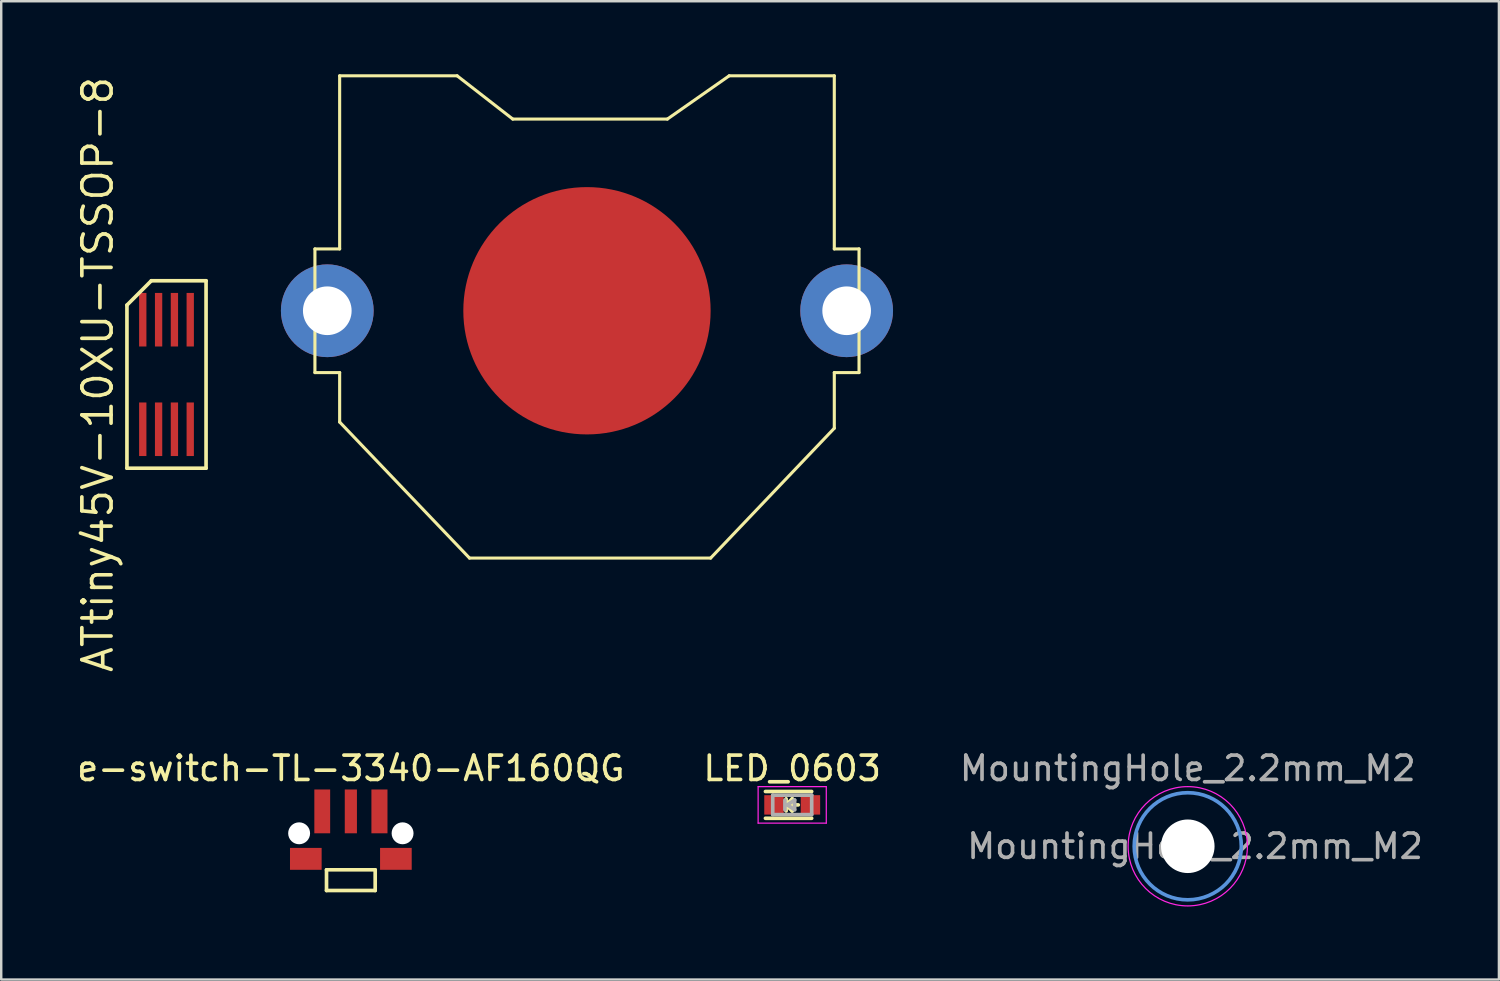
<source format=kicad_pcb>
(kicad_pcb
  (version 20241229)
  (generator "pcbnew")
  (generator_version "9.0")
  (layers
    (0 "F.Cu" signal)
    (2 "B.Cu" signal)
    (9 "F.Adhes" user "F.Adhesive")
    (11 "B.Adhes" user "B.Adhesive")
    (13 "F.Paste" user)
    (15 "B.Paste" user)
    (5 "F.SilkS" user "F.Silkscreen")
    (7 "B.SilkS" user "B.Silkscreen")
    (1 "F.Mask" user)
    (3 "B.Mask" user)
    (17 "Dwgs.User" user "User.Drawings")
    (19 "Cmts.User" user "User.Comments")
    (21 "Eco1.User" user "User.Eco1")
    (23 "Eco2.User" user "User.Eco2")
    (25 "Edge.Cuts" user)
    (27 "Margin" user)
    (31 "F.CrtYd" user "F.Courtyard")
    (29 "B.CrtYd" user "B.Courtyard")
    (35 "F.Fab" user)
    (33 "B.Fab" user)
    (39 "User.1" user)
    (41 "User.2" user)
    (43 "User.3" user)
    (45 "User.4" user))
  (footprint "MountingHole_2.2mm_M2"
    (layer "F.Cu")
    (at 45.744 31.715)
    (property "Reference" "MountingHole_2.2mm_M2" (at 0 -3.2 0) (layer "F.Fab") (effects (font (size 1 1) (thickness 0.15))))
    (attr exclude_from_pos_files exclude_from_bom)
    (fp_circle (center 0 0) (end 2.2 0) (stroke (width 0.15) (type solid)) (fill no) (layer "Cmts.User"))
    (fp_circle (center 0 0) (end 2.45 0) (stroke (width 0.05) (type solid)) (fill no) (layer "F.CrtYd"))
    (fp_text user "${REFERENCE}" (at 0.3 0 0) (layer "F.Fab") (effects (font (size 1 1) (thickness 0.15))))
    (pad "" np_thru_hole circle (at 0 0) (size 2.2 2.2) (drill 2.2) (layers "*.Cu" "*.Mask")))
  (footprint "e-switch-TL-3340-AF160QG"
    (layer "F.Cu")
    (at 11.363 31.182)
    (property "Reference" "e-switch-TL-3340-AF160QG" (at 0 -2.667 0) (layer "F.SilkS") (effects (font (size 1 1) (thickness 0.15))))
    (attr through_hole)
    (fp_line (start -1 1.5) (end -1 2.35) (stroke (width 0.15) (type solid)) (layer "F.SilkS"))
    (fp_line (start -1 1.5) (end 1 1.5) (stroke (width 0.15) (type solid)) (layer "F.SilkS"))
    (fp_line (start -1 2.35) (end 1 2.35) (stroke (width 0.15) (type solid)) (layer "F.SilkS"))
    (fp_line (start 1 1.5) (end 1 2.35) (stroke (width 0.15) (type solid)) (layer "F.SilkS"))
    (pad "" np_thru_hole circle (at -2.125 0) (size 0.9 0.9) (drill 0.9) (layers "*.Cu" "*.Mask"))
    (pad "" smd rect (at -1.85 1.05) (size 1.3 0.9) (layers "F.Cu" "F.Mask" "F.Paste"))
    (pad "" smd rect (at 1.85 1.05) (size 1.3 0.9) (layers "F.Cu" "F.Mask" "F.Paste"))
    (pad "" np_thru_hole circle (at 2.125 0) (size 0.9 0.9) (drill 0.9) (layers "*.Cu" "*.Mask"))
    (pad "1" smd rect (at -1.175 -0.9) (size 0.65 1.8) (layers "F.Cu" "F.Mask" "F.Paste"))
    (pad "1" smd rect (at 1.175 -0.9) (size 0.66 1.8) (layers "F.Cu" "F.Mask" "F.Paste"))
    (pad "2" smd rect (at 0 -0.9) (size 0.5 1.8) (layers "F.Cu" "F.Mask" "F.Paste")))
  (footprint "LED_0603"
    (layer "F.Cu")
    (at 29.494 30.015)
    (property "Reference" "LED_0603" (at 0 -1.5 0) (layer "F.SilkS") (effects (font (size 1 1) (thickness 0.15))))
    (attr smd)
    (fp_line (start -1.1 -0.55) (end 0.8 -0.55) (stroke (width 0.15) (type solid)) (layer "F.SilkS"))
    (fp_line (start -1.1 0.55) (end 0.8 0.55) (stroke (width 0.15) (type solid)) (layer "F.SilkS"))
    (fp_line (start -0.25 -0.25) (end -0.25 0.25) (stroke (width 0.15) (type solid)) (layer "F.SilkS"))
    (fp_line (start -0.25 0) (end 0 -0.25) (stroke (width 0.15) (type solid)) (layer "F.SilkS"))
    (fp_line (start -0.2 0) (end 0.25 0) (stroke (width 0.15) (type solid)) (layer "F.SilkS"))
    (fp_line (start 0 -0.25) (end 0 0.25) (stroke (width 0.15) (type solid)) (layer "F.SilkS"))
    (fp_line (start 0 0.25) (end -0.25 0) (stroke (width 0.15) (type solid)) (layer "F.SilkS"))
    (fp_line (start -1.4 -0.75) (end 1.4 -0.75) (stroke (width 0.05) (type solid)) (layer "F.CrtYd"))
    (fp_line (start -1.4 0.75) (end -1.4 -0.75) (stroke (width 0.05) (type solid)) (layer "F.CrtYd"))
    (fp_line (start 1.4 -0.75) (end 1.4 0.75) (stroke (width 0.05) (type solid)) (layer "F.CrtYd"))
    (fp_line (start 1.4 0.75) (end -1.4 0.75) (stroke (width 0.05) (type solid)) (layer "F.CrtYd"))
    (fp_line (start -0.8 -0.4) (end 0.8 -0.4) (stroke (width 0.15) (type solid)) (layer "F.Fab"))
    (fp_line (start -0.8 0.4) (end -0.8 -0.4) (stroke (width 0.15) (type solid)) (layer "F.Fab"))
    (fp_line (start -0.3 -0.2) (end -0.3 0.2) (stroke (width 0.15) (type solid)) (layer "F.Fab"))
    (fp_line (start -0.2 0) (end 0.1 -0.2) (stroke (width 0.15) (type solid)) (layer "F.Fab"))
    (fp_line (start 0.1 -0.2) (end 0.1 0.2) (stroke (width 0.15) (type solid)) (layer "F.Fab"))
    (fp_line (start 0.1 0.2) (end -0.2 0) (stroke (width 0.15) (type solid)) (layer "F.Fab"))
    (fp_line (start 0.8 -0.4) (end 0.8 0.4) (stroke (width 0.15) (type solid)) (layer "F.Fab"))
    (fp_line (start 0.8 0.4) (end -0.8 0.4) (stroke (width 0.15) (type solid)) (layer "F.Fab"))
    (pad "1" smd rect (at -0.749 0 180) (size 0.798 0.798) (layers "F.Cu" "F.Mask" "F.Paste"))
    (pad "2" smd rect (at 0.749 0 180) (size 0.798 0.798) (layers "F.Cu" "F.Mask" "F.Paste")))
  (footprint "ATtiny45V-10XU-TSSOP-8"
    (layer "F.Cu")
    (at 3.79 12.334)
    (property "Reference" "ATtiny45V-10XU-TSSOP-8" (at -2.825 0 90) (layer "F.SilkS") (effects (font (size 1.2 1.2) (thickness 0.15))))
    (attr through_hole)
    (fp_line (start -1.625 -2.85) (end -1.625 3.85) (stroke (width 0.15) (type solid)) (layer "F.SilkS"))
    (fp_line (start -1.625 3.85) (end 1.625 3.85) (stroke (width 0.15) (type solid)) (layer "F.SilkS"))
    (fp_line (start -0.625 -3.85) (end -1.625 -2.85) (stroke (width 0.15) (type solid)) (layer "F.SilkS"))
    (fp_line (start 1.625 -3.85) (end -0.625 -3.85) (stroke (width 0.15) (type solid)) (layer "F.SilkS"))
    (fp_line (start 1.625 3.85) (end 1.625 -3.85) (stroke (width 0.15) (type solid)) (layer "F.SilkS"))
    (pad "1" smd rect (at -0.975 2.25) (size 0.3 2.2) (layers "F.Cu" "F.Mask" "F.Paste"))
    (pad "2" smd rect (at -0.325 2.25) (size 0.3 2.2) (layers "F.Cu" "F.Mask" "F.Paste"))
    (pad "3" smd rect (at 0.325 2.25) (size 0.3 2.2) (layers "F.Cu" "F.Mask" "F.Paste"))
    (pad "4" smd rect (at 0.975 2.25) (size 0.3 2.2) (layers "F.Cu" "F.Mask" "F.Paste"))
    (pad "5" smd rect (at 0.975 -2.25) (size 0.3 2.2) (layers "F.Cu" "F.Mask" "F.Paste"))
    (pad "6" smd rect (at 0.325 -2.25) (size 0.3 2.2) (layers "F.Cu" "F.Mask" "F.Paste"))
    (pad "7" smd rect (at -0.325 -2.25) (size 0.3 2.2) (layers "F.Cu" "F.Mask" "F.Paste"))
    (pad "8" smd rect (at -0.975 -2.25) (size 0.3 2.2) (layers "F.Cu" "F.Mask" "F.Paste")))
  (footprint "CR2032-THRU"
    (layer "F.Cu")
    (at 21.063 9.716)
    (property "Reference" "CR2032-THRU" (at -0.203 -2.464 0) (layer "Eco1.User") (effects (font (size 1.676 1.676) (thickness 0.132))))
    (attr through_hole)
    (fp_arc (start -7.62 0) (mid -5.388154 -5.388154) (end 0 -7.62) (stroke (width 0.127) (type solid)) (layer "F.Mask"))
    (fp_arc (start 0 -7.62) (mid 5.388154 -5.388154) (end 7.62 0) (stroke (width 0.127) (type solid)) (layer "F.Mask"))
    (fp_arc (start 0 7.62) (mid -5.388154 5.388154) (end -7.62 0) (stroke (width 0.127) (type solid)) (layer "F.Mask"))
    (fp_arc (start 7.62 0) (mid 5.388154 5.388154) (end 0 7.62) (stroke (width 0.127) (type solid)) (layer "F.Mask"))
    (fp_line (start -11.176 -2.54) (end -11.176 2.54) (stroke (width 0.127) (type solid)) (layer "F.SilkS"))
    (fp_line (start -11.176 2.54) (end -10.16 2.54) (stroke (width 0.127) (type solid)) (layer "F.SilkS"))
    (fp_line (start -10.16 -9.652) (end -10.16 -2.54) (stroke (width 0.127) (type solid)) (layer "F.SilkS"))
    (fp_line (start -10.16 -2.54) (end -11.176 -2.54) (stroke (width 0.127) (type solid)) (layer "F.SilkS"))
    (fp_line (start -10.16 2.54) (end -10.16 4.572) (stroke (width 0.127) (type solid)) (layer "F.SilkS"))
    (fp_line (start -10.16 4.572) (end -4.826 10.16) (stroke (width 0.127) (type solid)) (layer "F.SilkS"))
    (fp_line (start -5.334 -9.652) (end -10.16 -9.652) (stroke (width 0.127) (type solid)) (layer "F.SilkS"))
    (fp_line (start -4.826 10.16) (end 5.08 10.16) (stroke (width 0.127) (type solid)) (layer "F.SilkS"))
    (fp_line (start -3.048 -7.874) (end -5.334 -9.652) (stroke (width 0.127) (type solid)) (layer "F.SilkS"))
    (fp_line (start 3.302 -7.874) (end -3.048 -7.874) (stroke (width 0.127) (type solid)) (layer "F.SilkS"))
    (fp_line (start 5.08 10.16) (end 10.16 4.826) (stroke (width 0.127) (type solid)) (layer "F.SilkS"))
    (fp_line (start 5.842 -9.652) (end 3.302 -7.874) (stroke (width 0.127) (type solid)) (layer "F.SilkS"))
    (fp_line (start 10.16 -9.652) (end 5.842 -9.652) (stroke (width 0.127) (type solid)) (layer "F.SilkS"))
    (fp_line (start 10.16 -2.54) (end 10.16 -9.652) (stroke (width 0.127) (type solid)) (layer "F.SilkS"))
    (fp_line (start 10.16 2.54) (end 11.176 2.54) (stroke (width 0.127) (type solid)) (layer "F.SilkS"))
    (fp_line (start 10.16 4.826) (end 10.16 2.54) (stroke (width 0.127) (type solid)) (layer "F.SilkS"))
    (fp_line (start 11.176 -2.54) (end 10.16 -2.54) (stroke (width 0.127) (type solid)) (layer "F.SilkS"))
    (fp_line (start 11.176 2.54) (end 11.176 -2.54) (stroke (width 0.127) (type solid)) (layer "F.SilkS"))
    (pad "1" thru_hole oval (at -10.668 0) (size 3.81 3.81) (drill 1.999) (layers "*.Cu" "*.Mask"))
    (pad "1" thru_hole oval (at 10.668 0) (size 3.81 3.81) (drill 1.999) (layers "*.Cu" "*.Mask"))
    (pad "2" smd circle (at 0 0) (size 10.16 10.16) (layers "F.Cu" "F.Mask" "F.Paste")))
  (gr_rect
    (start -3 -3)
    (end 58.526 37.19)
    (stroke (width 0.1) (type default))
    (fill no)
    (layer "Edge.Cuts")))
</source>
